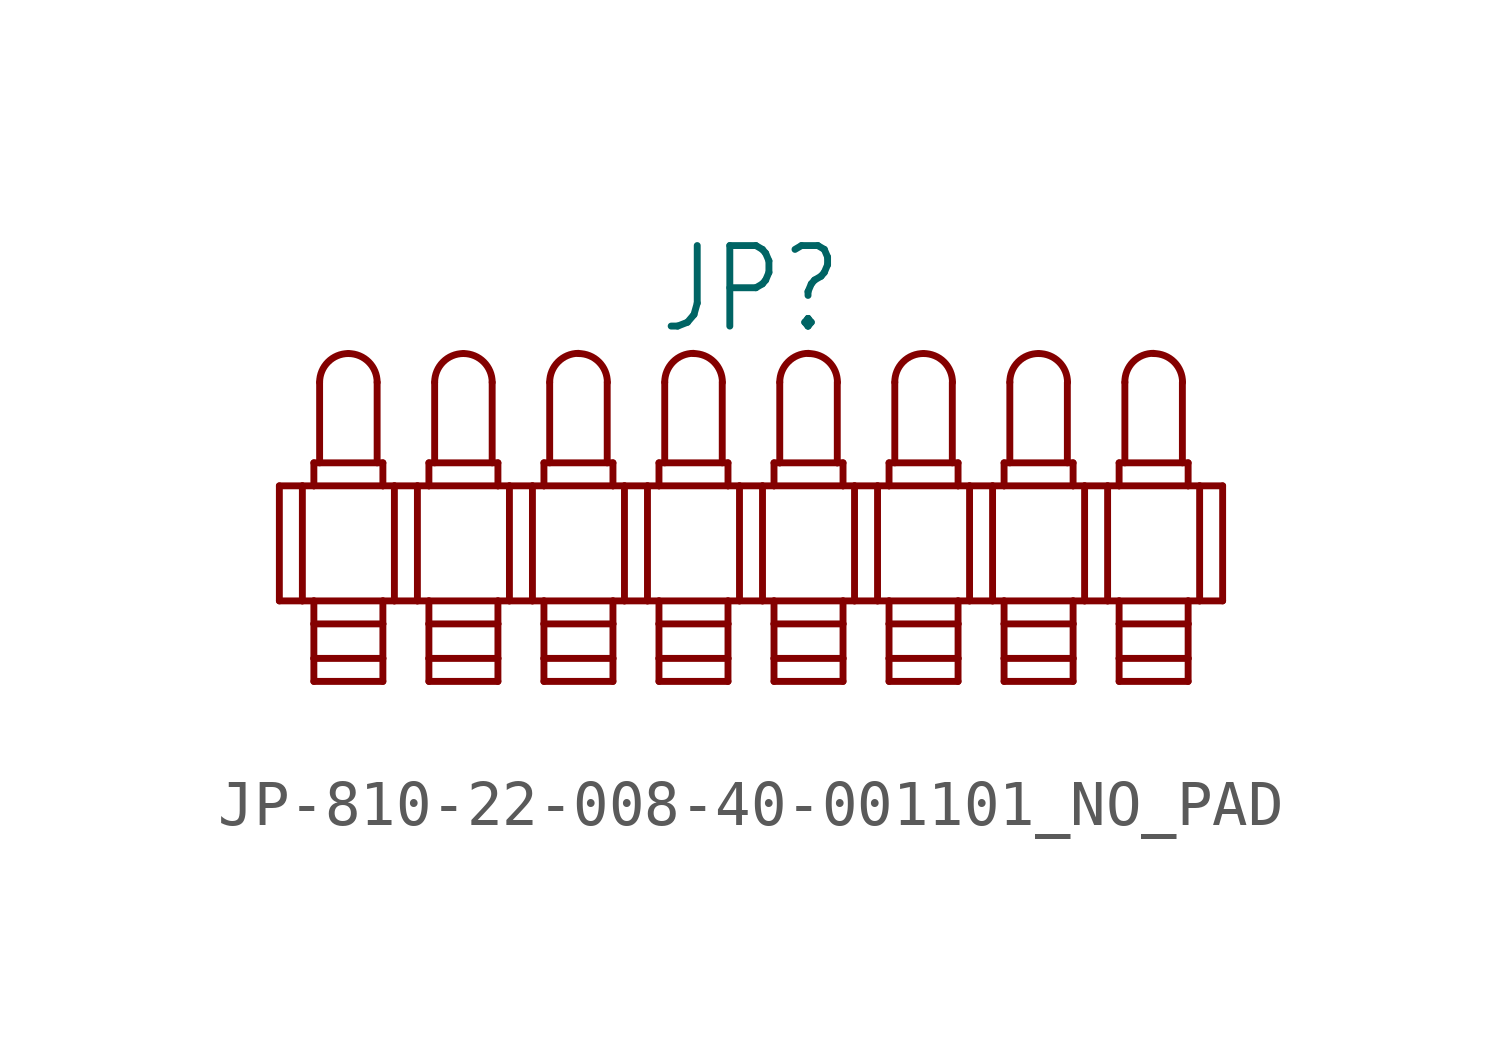
<source format=kicad_sym>
(kicad_symbol_lib
  (version 20231120)
  (generator "kicad_symbol_editor")
  (generator_version "8.0")
  (symbol "JP-810-22-008-40-001101_NO_PAD"
    (property "Reference" "JP"
      (at 0 4.572 0)
      (effects (font (size 1.778 1.511)) (justify bottom)))
    (property "Value" ""
      (at 0 -3.302 0)
      (effects (font (size 1.778 1.511)) (justify top)))
    (property "ki_locked" ""
      (at 0 0 0)
      (effects (font (size 1.27 1.27))))
    (symbol "JP-810-22-008-40-001101_NO_PAD_1_0"
      (arc (start -8.89 4.191) (mid -9.339 4.005) (end -9.525 3.556) (stroke (width 0.1524) (type solid)) (fill (type none)))
      (arc (start -8.255 3.556) (mid -8.441 4.005) (end -8.89 4.191) (stroke (width 0.1524) (type solid)) (fill (type none)))
      (arc (start -6.35 4.191) (mid -6.799 4.005) (end -6.985 3.556) (stroke (width 0.1524) (type solid)) (fill (type none)))
      (arc (start -5.715 3.556) (mid -5.901 4.005) (end -6.35 4.191) (stroke (width 0.1524) (type solid)) (fill (type none)))
      (arc (start -3.81 4.191) (mid -4.259 4.005) (end -4.445 3.556) (stroke (width 0.1524) (type solid)) (fill (type none)))
      (arc (start -3.175 3.556) (mid -3.361 4.005) (end -3.81 4.191) (stroke (width 0.1524) (type solid)) (fill (type none)))
      (arc (start -1.27 4.191) (mid -1.719 4.005) (end -1.905 3.556) (stroke (width 0.1524) (type solid)) (fill (type none)))
      (arc (start -0.635 3.556) (mid -0.821 4.005) (end -1.27 4.191) (stroke (width 0.1524) (type solid)) (fill (type none)))
      (polyline (pts (xy -10.414 -1.27) (xy -10.414 1.27)) (stroke (width 0.152) (type solid)) (fill (type none)))
      (polyline (pts (xy -10.414 -1.27) (xy -9.906 -1.27)) (stroke (width 0.152) (type solid)) (fill (type none)))
      (polyline (pts (xy -10.414 1.27) (xy -9.906 1.27)) (stroke (width 0.152) (type solid)) (fill (type none)))
      (polyline (pts (xy -9.906 -1.27) (xy -9.652 -1.27)) (stroke (width 0.152) (type solid)) (fill (type none)))
      (polyline (pts (xy -9.906 1.27) (xy -9.906 -1.27)) (stroke (width 0.152) (type solid)) (fill (type none)))
      (polyline (pts (xy -9.652 -3.048) (xy -8.128 -3.048)) (stroke (width 0.152) (type solid)) (fill (type none)))
      (polyline (pts (xy -9.652 -2.54) (xy -9.652 -3.048)) (stroke (width 0.152) (type solid)) (fill (type none)))
      (polyline (pts (xy -9.652 -2.54) (xy -8.128 -2.54)) (stroke (width 0.152) (type solid)) (fill (type none)))
      (polyline (pts (xy -9.652 -1.778) (xy -9.652 -2.54)) (stroke (width 0.152) (type solid)) (fill (type none)))
      (polyline (pts (xy -9.652 -1.778) (xy -8.128 -1.778)) (stroke (width 0.152) (type solid)) (fill (type none)))
      (polyline (pts (xy -9.652 -1.27) (xy -9.652 -1.778)) (stroke (width 0.152) (type solid)) (fill (type none)))
      (polyline (pts (xy -9.652 -1.27) (xy -8.128 -1.27)) (stroke (width 0.152) (type solid)) (fill (type none)))
      (polyline (pts (xy -9.652 1.27) (xy -9.906 1.27)) (stroke (width 0.152) (type solid)) (fill (type none)))
      (polyline (pts (xy -9.652 1.27) (xy -9.652 1.778)) (stroke (width 0.152) (type solid)) (fill (type none)))
      (polyline (pts (xy -9.652 1.778) (xy -8.128 1.778)) (stroke (width 0.152) (type solid)) (fill (type none)))
      (polyline (pts (xy -9.525 1.778) (xy -9.525 3.556)) (stroke (width 0.152) (type solid)) (fill (type none)))
      (polyline (pts (xy -8.255 1.778) (xy -8.255 3.556)) (stroke (width 0.152) (type solid)) (fill (type none)))
      (polyline (pts (xy -8.128 -3.048) (xy -8.128 -2.54)) (stroke (width 0.152) (type solid)) (fill (type none)))
      (polyline (pts (xy -8.128 -2.54) (xy -8.128 -1.778)) (stroke (width 0.152) (type solid)) (fill (type none)))
      (polyline (pts (xy -8.128 -1.778) (xy -8.128 -1.27)) (stroke (width 0.152) (type solid)) (fill (type none)))
      (polyline (pts (xy -8.128 -1.27) (xy -7.874 -1.27)) (stroke (width 0.152) (type solid)) (fill (type none)))
      (polyline (pts (xy -8.128 1.27) (xy -9.652 1.27)) (stroke (width 0.152) (type solid)) (fill (type none)))
      (polyline (pts (xy -8.128 1.778) (xy -8.128 1.27)) (stroke (width 0.152) (type solid)) (fill (type none)))
      (polyline (pts (xy -7.874 -1.27) (xy -7.874 1.27)) (stroke (width 0.152) (type solid)) (fill (type none)))
      (polyline (pts (xy -7.874 -1.27) (xy -7.366 -1.27)) (stroke (width 0.152) (type solid)) (fill (type none)))
      (polyline (pts (xy -7.874 1.27) (xy -8.128 1.27)) (stroke (width 0.152) (type solid)) (fill (type none)))
      (polyline (pts (xy -7.874 1.27) (xy -7.366 1.27)) (stroke (width 0.152) (type solid)) (fill (type none)))
      (polyline (pts (xy -7.366 -1.27) (xy -7.112 -1.27)) (stroke (width 0.152) (type solid)) (fill (type none)))
      (polyline (pts (xy -7.366 1.27) (xy -7.366 -1.27)) (stroke (width 0.152) (type solid)) (fill (type none)))
      (polyline (pts (xy -7.112 -3.048) (xy -5.588 -3.048)) (stroke (width 0.152) (type solid)) (fill (type none)))
      (polyline (pts (xy -7.112 -2.54) (xy -7.112 -3.048)) (stroke (width 0.152) (type solid)) (fill (type none)))
      (polyline (pts (xy -7.112 -2.54) (xy -5.588 -2.54)) (stroke (width 0.152) (type solid)) (fill (type none)))
      (polyline (pts (xy -7.112 -1.778) (xy -7.112 -2.54)) (stroke (width 0.152) (type solid)) (fill (type none)))
      (polyline (pts (xy -7.112 -1.778) (xy -5.588 -1.778)) (stroke (width 0.152) (type solid)) (fill (type none)))
      (polyline (pts (xy -7.112 -1.27) (xy -7.112 -1.778)) (stroke (width 0.152) (type solid)) (fill (type none)))
      (polyline (pts (xy -7.112 -1.27) (xy -5.588 -1.27)) (stroke (width 0.152) (type solid)) (fill (type none)))
      (polyline (pts (xy -7.112 1.27) (xy -7.366 1.27)) (stroke (width 0.152) (type solid)) (fill (type none)))
      (polyline (pts (xy -7.112 1.27) (xy -7.112 1.778)) (stroke (width 0.152) (type solid)) (fill (type none)))
      (polyline (pts (xy -7.112 1.778) (xy -5.588 1.778)) (stroke (width 0.152) (type solid)) (fill (type none)))
      (polyline (pts (xy -6.985 1.778) (xy -6.985 3.556)) (stroke (width 0.152) (type solid)) (fill (type none)))
      (polyline (pts (xy -5.715 1.778) (xy -5.715 3.556)) (stroke (width 0.152) (type solid)) (fill (type none)))
      (polyline (pts (xy -5.588 -3.048) (xy -5.588 -2.54)) (stroke (width 0.152) (type solid)) (fill (type none)))
      (polyline (pts (xy -5.588 -2.54) (xy -5.588 -1.778)) (stroke (width 0.152) (type solid)) (fill (type none)))
      (polyline (pts (xy -5.588 -1.778) (xy -5.588 -1.27)) (stroke (width 0.152) (type solid)) (fill (type none)))
      (polyline (pts (xy -5.588 -1.27) (xy -5.334 -1.27)) (stroke (width 0.152) (type solid)) (fill (type none)))
      (polyline (pts (xy -5.588 1.27) (xy -7.112 1.27)) (stroke (width 0.152) (type solid)) (fill (type none)))
      (polyline (pts (xy -5.588 1.778) (xy -5.588 1.27)) (stroke (width 0.152) (type solid)) (fill (type none)))
      (polyline (pts (xy -5.334 -1.27) (xy -5.334 1.27)) (stroke (width 0.152) (type solid)) (fill (type none)))
      (polyline (pts (xy -5.334 -1.27) (xy -4.826 -1.27)) (stroke (width 0.152) (type solid)) (fill (type none)))
      (polyline (pts (xy -5.334 1.27) (xy -5.588 1.27)) (stroke (width 0.152) (type solid)) (fill (type none)))
      (polyline (pts (xy -5.334 1.27) (xy -4.826 1.27)) (stroke (width 0.152) (type solid)) (fill (type none)))
      (polyline (pts (xy -4.826 -1.27) (xy -4.572 -1.27)) (stroke (width 0.152) (type solid)) (fill (type none)))
      (polyline (pts (xy -4.826 1.27) (xy -4.826 -1.27)) (stroke (width 0.152) (type solid)) (fill (type none)))
      (polyline (pts (xy -4.572 -3.048) (xy -3.048 -3.048)) (stroke (width 0.152) (type solid)) (fill (type none)))
      (polyline (pts (xy -4.572 -2.54) (xy -4.572 -3.048)) (stroke (width 0.152) (type solid)) (fill (type none)))
      (polyline (pts (xy -4.572 -2.54) (xy -3.048 -2.54)) (stroke (width 0.152) (type solid)) (fill (type none)))
      (polyline (pts (xy -4.572 -1.778) (xy -4.572 -2.54)) (stroke (width 0.152) (type solid)) (fill (type none)))
      (polyline (pts (xy -4.572 -1.778) (xy -3.048 -1.778)) (stroke (width 0.152) (type solid)) (fill (type none)))
      (polyline (pts (xy -4.572 -1.27) (xy -4.572 -1.778)) (stroke (width 0.152) (type solid)) (fill (type none)))
      (polyline (pts (xy -4.572 -1.27) (xy -3.048 -1.27)) (stroke (width 0.152) (type solid)) (fill (type none)))
      (polyline (pts (xy -4.572 1.27) (xy -4.826 1.27)) (stroke (width 0.152) (type solid)) (fill (type none)))
      (polyline (pts (xy -4.572 1.27) (xy -4.572 1.778)) (stroke (width 0.152) (type solid)) (fill (type none)))
      (polyline (pts (xy -4.572 1.778) (xy -3.048 1.778)) (stroke (width 0.152) (type solid)) (fill (type none)))
      (polyline (pts (xy -4.445 1.778) (xy -4.445 3.556)) (stroke (width 0.152) (type solid)) (fill (type none)))
      (polyline (pts (xy -3.175 1.778) (xy -3.175 3.556)) (stroke (width 0.152) (type solid)) (fill (type none)))
      (polyline (pts (xy -3.048 -3.048) (xy -3.048 -2.54)) (stroke (width 0.152) (type solid)) (fill (type none)))
      (polyline (pts (xy -3.048 -2.54) (xy -3.048 -1.778)) (stroke (width 0.152) (type solid)) (fill (type none)))
      (polyline (pts (xy -3.048 -1.778) (xy -3.048 -1.27)) (stroke (width 0.152) (type solid)) (fill (type none)))
      (polyline (pts (xy -3.048 -1.27) (xy -2.794 -1.27)) (stroke (width 0.152) (type solid)) (fill (type none)))
      (polyline (pts (xy -3.048 1.27) (xy -4.572 1.27)) (stroke (width 0.152) (type solid)) (fill (type none)))
      (polyline (pts (xy -3.048 1.778) (xy -3.048 1.27)) (stroke (width 0.152) (type solid)) (fill (type none)))
      (polyline (pts (xy -2.794 -1.27) (xy -2.794 1.27)) (stroke (width 0.152) (type solid)) (fill (type none)))
      (polyline (pts (xy -2.794 -1.27) (xy -2.286 -1.27)) (stroke (width 0.152) (type solid)) (fill (type none)))
      (polyline (pts (xy -2.794 1.27) (xy -3.048 1.27)) (stroke (width 0.152) (type solid)) (fill (type none)))
      (polyline (pts (xy -2.794 1.27) (xy -2.286 1.27)) (stroke (width 0.152) (type solid)) (fill (type none)))
      (polyline (pts (xy -2.286 -1.27) (xy -2.032 -1.27)) (stroke (width 0.152) (type solid)) (fill (type none)))
      (polyline (pts (xy -2.286 1.27) (xy -2.286 -1.27)) (stroke (width 0.152) (type solid)) (fill (type none)))
      (polyline (pts (xy -2.032 -3.048) (xy -0.508 -3.048)) (stroke (width 0.152) (type solid)) (fill (type none)))
      (polyline (pts (xy -2.032 -2.54) (xy -2.032 -3.048)) (stroke (width 0.152) (type solid)) (fill (type none)))
      (polyline (pts (xy -2.032 -2.54) (xy -0.508 -2.54)) (stroke (width 0.152) (type solid)) (fill (type none)))
      (polyline (pts (xy -2.032 -1.778) (xy -2.032 -2.54)) (stroke (width 0.152) (type solid)) (fill (type none)))
      (polyline (pts (xy -2.032 -1.778) (xy -0.508 -1.778)) (stroke (width 0.152) (type solid)) (fill (type none)))
      (polyline (pts (xy -2.032 -1.27) (xy -2.032 -1.778)) (stroke (width 0.152) (type solid)) (fill (type none)))
      (polyline (pts (xy -2.032 -1.27) (xy -0.508 -1.27)) (stroke (width 0.152) (type solid)) (fill (type none)))
      (polyline (pts (xy -2.032 1.27) (xy -2.286 1.27)) (stroke (width 0.152) (type solid)) (fill (type none)))
      (polyline (pts (xy -2.032 1.27) (xy -2.032 1.778)) (stroke (width 0.152) (type solid)) (fill (type none)))
      (polyline (pts (xy -2.032 1.778) (xy -0.508 1.778)) (stroke (width 0.152) (type solid)) (fill (type none)))
      (polyline (pts (xy -1.905 1.778) (xy -1.905 3.556)) (stroke (width 0.152) (type solid)) (fill (type none)))
      (polyline (pts (xy -0.635 1.778) (xy -0.635 3.556)) (stroke (width 0.152) (type solid)) (fill (type none)))
      (polyline (pts (xy -0.508 -3.048) (xy -0.508 -2.54)) (stroke (width 0.152) (type solid)) (fill (type none)))
      (polyline (pts (xy -0.508 -2.54) (xy -0.508 -1.778)) (stroke (width 0.152) (type solid)) (fill (type none)))
      (polyline (pts (xy -0.508 -1.778) (xy -0.508 -1.27)) (stroke (width 0.152) (type solid)) (fill (type none)))
      (polyline (pts (xy -0.508 -1.27) (xy -0.254 -1.27)) (stroke (width 0.152) (type solid)) (fill (type none)))
      (polyline (pts (xy -0.508 1.27) (xy -2.032 1.27)) (stroke (width 0.152) (type solid)) (fill (type none)))
      (polyline (pts (xy -0.508 1.778) (xy -0.508 1.27)) (stroke (width 0.152) (type solid)) (fill (type none)))
      (polyline (pts (xy -0.254 -1.27) (xy -0.254 1.27)) (stroke (width 0.152) (type solid)) (fill (type none)))
      (polyline (pts (xy -0.254 -1.27) (xy 0.254 -1.27)) (stroke (width 0.152) (type solid)) (fill (type none)))
      (polyline (pts (xy -0.254 1.27) (xy -0.508 1.27)) (stroke (width 0.152) (type solid)) (fill (type none)))
      (polyline (pts (xy -0.254 1.27) (xy 0.254 1.27)) (stroke (width 0.152) (type solid)) (fill (type none)))
      (polyline (pts (xy 0.254 -1.27) (xy 0.508 -1.27)) (stroke (width 0.152) (type solid)) (fill (type none)))
      (polyline (pts (xy 0.254 1.27) (xy 0.254 -1.27)) (stroke (width 0.152) (type solid)) (fill (type none)))
      (polyline (pts (xy 0.508 -3.048) (xy 2.032 -3.048)) (stroke (width 0.152) (type solid)) (fill (type none)))
      (polyline (pts (xy 0.508 -2.54) (xy 0.508 -3.048)) (stroke (width 0.152) (type solid)) (fill (type none)))
      (polyline (pts (xy 0.508 -2.54) (xy 2.032 -2.54)) (stroke (width 0.152) (type solid)) (fill (type none)))
      (polyline (pts (xy 0.508 -1.778) (xy 0.508 -2.54)) (stroke (width 0.152) (type solid)) (fill (type none)))
      (polyline (pts (xy 0.508 -1.778) (xy 2.032 -1.778)) (stroke (width 0.152) (type solid)) (fill (type none)))
      (polyline (pts (xy 0.508 -1.27) (xy 0.508 -1.778)) (stroke (width 0.152) (type solid)) (fill (type none)))
      (polyline (pts (xy 0.508 -1.27) (xy 2.032 -1.27)) (stroke (width 0.152) (type solid)) (fill (type none)))
      (polyline (pts (xy 0.508 1.27) (xy 0.254 1.27)) (stroke (width 0.152) (type solid)) (fill (type none)))
      (polyline (pts (xy 0.508 1.27) (xy 0.508 1.778)) (stroke (width 0.152) (type solid)) (fill (type none)))
      (polyline (pts (xy 0.508 1.778) (xy 0.635 1.778)) (stroke (width 0.152) (type solid)) (fill (type none)))
      (polyline (pts (xy 0.635 1.778) (xy 0.635 3.556)) (stroke (width 0.152) (type solid)) (fill (type none)))
      (polyline (pts (xy 0.635 1.778) (xy 1.905 1.778)) (stroke (width 0.152) (type solid)) (fill (type none)))
      (polyline (pts (xy 1.905 1.778) (xy 1.905 3.556)) (stroke (width 0.152) (type solid)) (fill (type none)))
      (polyline (pts (xy 1.905 1.778) (xy 2.032 1.778)) (stroke (width 0.152) (type solid)) (fill (type none)))
      (polyline (pts (xy 2.032 -3.048) (xy 2.032 -2.54)) (stroke (width 0.152) (type solid)) (fill (type none)))
      (polyline (pts (xy 2.032 -2.54) (xy 2.032 -1.778)) (stroke (width 0.152) (type solid)) (fill (type none)))
      (polyline (pts (xy 2.032 -1.778) (xy 2.032 -1.27)) (stroke (width 0.152) (type solid)) (fill (type none)))
      (polyline (pts (xy 2.032 -1.27) (xy 2.286 -1.27)) (stroke (width 0.152) (type solid)) (fill (type none)))
      (polyline (pts (xy 2.032 1.27) (xy 0.508 1.27)) (stroke (width 0.152) (type solid)) (fill (type none)))
      (polyline (pts (xy 2.032 1.778) (xy 2.032 1.27)) (stroke (width 0.152) (type solid)) (fill (type none)))
      (polyline (pts (xy 2.286 -1.27) (xy 2.286 1.27)) (stroke (width 0.152) (type solid)) (fill (type none)))
      (polyline (pts (xy 2.286 -1.27) (xy 2.794 -1.27)) (stroke (width 0.152) (type solid)) (fill (type none)))
      (polyline (pts (xy 2.286 1.27) (xy 2.032 1.27)) (stroke (width 0.152) (type solid)) (fill (type none)))
      (polyline (pts (xy 2.286 1.27) (xy 2.794 1.27)) (stroke (width 0.152) (type solid)) (fill (type none)))
      (polyline (pts (xy 2.794 -1.27) (xy 3.048 -1.27)) (stroke (width 0.152) (type solid)) (fill (type none)))
      (polyline (pts (xy 2.794 1.27) (xy 2.794 -1.27)) (stroke (width 0.152) (type solid)) (fill (type none)))
      (polyline (pts (xy 3.048 -3.048) (xy 4.572 -3.048)) (stroke (width 0.152) (type solid)) (fill (type none)))
      (polyline (pts (xy 3.048 -2.54) (xy 3.048 -3.048)) (stroke (width 0.152) (type solid)) (fill (type none)))
      (polyline (pts (xy 3.048 -2.54) (xy 4.572 -2.54)) (stroke (width 0.152) (type solid)) (fill (type none)))
      (polyline (pts (xy 3.048 -1.778) (xy 3.048 -2.54)) (stroke (width 0.152) (type solid)) (fill (type none)))
      (polyline (pts (xy 3.048 -1.778) (xy 4.572 -1.778)) (stroke (width 0.152) (type solid)) (fill (type none)))
      (polyline (pts (xy 3.048 -1.27) (xy 3.048 -1.778)) (stroke (width 0.152) (type solid)) (fill (type none)))
      (polyline (pts (xy 3.048 -1.27) (xy 4.572 -1.27)) (stroke (width 0.152) (type solid)) (fill (type none)))
      (polyline (pts (xy 3.048 1.27) (xy 2.794 1.27)) (stroke (width 0.152) (type solid)) (fill (type none)))
      (polyline (pts (xy 3.048 1.27) (xy 3.048 1.778)) (stroke (width 0.152) (type solid)) (fill (type none)))
      (polyline (pts (xy 3.048 1.778) (xy 4.572 1.778)) (stroke (width 0.152) (type solid)) (fill (type none)))
      (polyline (pts (xy 3.175 1.778) (xy 3.175 3.556)) (stroke (width 0.152) (type solid)) (fill (type none)))
      (polyline (pts (xy 4.445 1.778) (xy 4.445 3.556)) (stroke (width 0.152) (type solid)) (fill (type none)))
      (polyline (pts (xy 4.572 -3.048) (xy 4.572 -2.54)) (stroke (width 0.152) (type solid)) (fill (type none)))
      (polyline (pts (xy 4.572 -2.54) (xy 4.572 -1.778)) (stroke (width 0.152) (type solid)) (fill (type none)))
      (polyline (pts (xy 4.572 -1.778) (xy 4.572 -1.27)) (stroke (width 0.152) (type solid)) (fill (type none)))
      (polyline (pts (xy 4.572 -1.27) (xy 4.826 -1.27)) (stroke (width 0.152) (type solid)) (fill (type none)))
      (polyline (pts (xy 4.572 1.27) (xy 3.048 1.27)) (stroke (width 0.152) (type solid)) (fill (type none)))
      (polyline (pts (xy 4.572 1.778) (xy 4.572 1.27)) (stroke (width 0.152) (type solid)) (fill (type none)))
      (polyline (pts (xy 4.826 -1.27) (xy 4.826 1.27)) (stroke (width 0.152) (type solid)) (fill (type none)))
      (polyline (pts (xy 4.826 -1.27) (xy 5.334 -1.27)) (stroke (width 0.152) (type solid)) (fill (type none)))
      (polyline (pts (xy 4.826 1.27) (xy 4.572 1.27)) (stroke (width 0.152) (type solid)) (fill (type none)))
      (polyline (pts (xy 4.826 1.27) (xy 5.334 1.27)) (stroke (width 0.152) (type solid)) (fill (type none)))
      (polyline (pts (xy 5.334 -1.27) (xy 5.588 -1.27)) (stroke (width 0.152) (type solid)) (fill (type none)))
      (polyline (pts (xy 5.334 1.27) (xy 5.334 -1.27)) (stroke (width 0.152) (type solid)) (fill (type none)))
      (polyline (pts (xy 5.588 -3.048) (xy 7.112 -3.048)) (stroke (width 0.152) (type solid)) (fill (type none)))
      (polyline (pts (xy 5.588 -2.54) (xy 5.588 -3.048)) (stroke (width 0.152) (type solid)) (fill (type none)))
      (polyline (pts (xy 5.588 -2.54) (xy 7.112 -2.54)) (stroke (width 0.152) (type solid)) (fill (type none)))
      (polyline (pts (xy 5.588 -1.778) (xy 5.588 -2.54)) (stroke (width 0.152) (type solid)) (fill (type none)))
      (polyline (pts (xy 5.588 -1.778) (xy 7.112 -1.778)) (stroke (width 0.152) (type solid)) (fill (type none)))
      (polyline (pts (xy 5.588 -1.27) (xy 5.588 -1.778)) (stroke (width 0.152) (type solid)) (fill (type none)))
      (polyline (pts (xy 5.588 -1.27) (xy 7.112 -1.27)) (stroke (width 0.152) (type solid)) (fill (type none)))
      (polyline (pts (xy 5.588 1.27) (xy 5.334 1.27)) (stroke (width 0.152) (type solid)) (fill (type none)))
      (polyline (pts (xy 5.588 1.27) (xy 5.588 1.778)) (stroke (width 0.152) (type solid)) (fill (type none)))
      (polyline (pts (xy 5.588 1.778) (xy 7.112 1.778)) (stroke (width 0.152) (type solid)) (fill (type none)))
      (polyline (pts (xy 5.715 1.778) (xy 5.715 3.556)) (stroke (width 0.152) (type solid)) (fill (type none)))
      (polyline (pts (xy 6.985 1.778) (xy 6.985 3.556)) (stroke (width 0.152) (type solid)) (fill (type none)))
      (polyline (pts (xy 7.112 -3.048) (xy 7.112 -2.54)) (stroke (width 0.152) (type solid)) (fill (type none)))
      (polyline (pts (xy 7.112 -2.54) (xy 7.112 -1.778)) (stroke (width 0.152) (type solid)) (fill (type none)))
      (polyline (pts (xy 7.112 -1.778) (xy 7.112 -1.27)) (stroke (width 0.152) (type solid)) (fill (type none)))
      (polyline (pts (xy 7.112 -1.27) (xy 7.366 -1.27)) (stroke (width 0.152) (type solid)) (fill (type none)))
      (polyline (pts (xy 7.112 1.27) (xy 5.588 1.27)) (stroke (width 0.152) (type solid)) (fill (type none)))
      (polyline (pts (xy 7.112 1.778) (xy 7.112 1.27)) (stroke (width 0.152) (type solid)) (fill (type none)))
      (polyline (pts (xy 7.366 -1.27) (xy 7.366 1.27)) (stroke (width 0.152) (type solid)) (fill (type none)))
      (polyline (pts (xy 7.366 -1.27) (xy 7.874 -1.27)) (stroke (width 0.152) (type solid)) (fill (type none)))
      (polyline (pts (xy 7.366 1.27) (xy 7.112 1.27)) (stroke (width 0.152) (type solid)) (fill (type none)))
      (polyline (pts (xy 7.366 1.27) (xy 7.874 1.27)) (stroke (width 0.152) (type solid)) (fill (type none)))
      (polyline (pts (xy 7.874 -1.27) (xy 8.128 -1.27)) (stroke (width 0.152) (type solid)) (fill (type none)))
      (polyline (pts (xy 7.874 1.27) (xy 7.874 -1.27)) (stroke (width 0.152) (type solid)) (fill (type none)))
      (polyline (pts (xy 8.128 -3.048) (xy 9.652 -3.048)) (stroke (width 0.152) (type solid)) (fill (type none)))
      (polyline (pts (xy 8.128 -2.54) (xy 8.128 -3.048)) (stroke (width 0.152) (type solid)) (fill (type none)))
      (polyline (pts (xy 8.128 -2.54) (xy 9.652 -2.54)) (stroke (width 0.152) (type solid)) (fill (type none)))
      (polyline (pts (xy 8.128 -1.778) (xy 8.128 -2.54)) (stroke (width 0.152) (type solid)) (fill (type none)))
      (polyline (pts (xy 8.128 -1.778) (xy 9.652 -1.778)) (stroke (width 0.152) (type solid)) (fill (type none)))
      (polyline (pts (xy 8.128 -1.27) (xy 8.128 -1.778)) (stroke (width 0.152) (type solid)) (fill (type none)))
      (polyline (pts (xy 8.128 -1.27) (xy 9.652 -1.27)) (stroke (width 0.152) (type solid)) (fill (type none)))
      (polyline (pts (xy 8.128 1.27) (xy 7.874 1.27)) (stroke (width 0.152) (type solid)) (fill (type none)))
      (polyline (pts (xy 8.128 1.27) (xy 8.128 1.778)) (stroke (width 0.152) (type solid)) (fill (type none)))
      (polyline (pts (xy 8.128 1.778) (xy 9.652 1.778)) (stroke (width 0.152) (type solid)) (fill (type none)))
      (polyline (pts (xy 8.255 1.778) (xy 8.255 3.556)) (stroke (width 0.152) (type solid)) (fill (type none)))
      (polyline (pts (xy 9.525 1.778) (xy 9.525 3.556)) (stroke (width 0.152) (type solid)) (fill (type none)))
      (polyline (pts (xy 9.652 -3.048) (xy 9.652 -2.54)) (stroke (width 0.152) (type solid)) (fill (type none)))
      (polyline (pts (xy 9.652 -2.54) (xy 9.652 -1.778)) (stroke (width 0.152) (type solid)) (fill (type none)))
      (polyline (pts (xy 9.652 -1.778) (xy 9.652 -1.27)) (stroke (width 0.152) (type solid)) (fill (type none)))
      (polyline (pts (xy 9.652 -1.27) (xy 9.906 -1.27)) (stroke (width 0.152) (type solid)) (fill (type none)))
      (polyline (pts (xy 9.652 1.27) (xy 8.128 1.27)) (stroke (width 0.152) (type solid)) (fill (type none)))
      (polyline (pts (xy 9.652 1.778) (xy 9.652 1.27)) (stroke (width 0.152) (type solid)) (fill (type none)))
      (polyline (pts (xy 9.906 -1.27) (xy 9.906 1.27)) (stroke (width 0.152) (type solid)) (fill (type none)))
      (polyline (pts (xy 9.906 -1.27) (xy 10.414 -1.27)) (stroke (width 0.152) (type solid)) (fill (type none)))
      (polyline (pts (xy 9.906 1.27) (xy 9.652 1.27)) (stroke (width 0.152) (type solid)) (fill (type none)))
      (polyline (pts (xy 9.906 1.27) (xy 10.414 1.27)) (stroke (width 0.152) (type solid)) (fill (type none)))
      (polyline (pts (xy 10.414 1.27) (xy 10.414 -1.27)) (stroke (width 0.152) (type solid)) (fill (type none)))
      (arc (start 1.27 4.191) (mid 0.821 4.005) (end 0.635 3.556) (stroke (width 0.1524) (type solid)) (fill (type none)))
      (arc (start 1.905 3.556) (mid 1.719 4.005) (end 1.27 4.191) (stroke (width 0.1524) (type solid)) (fill (type none)))
      (arc (start 3.81 4.191) (mid 3.361 4.005) (end 3.175 3.556) (stroke (width 0.1524) (type solid)) (fill (type none)))
      (arc (start 4.445 3.556) (mid 4.259 4.005) (end 3.81 4.191) (stroke (width 0.1524) (type solid)) (fill (type none)))
      (arc (start 6.35 4.191) (mid 5.901 4.005) (end 5.715 3.556) (stroke (width 0.1524) (type solid)) (fill (type none)))
      (arc (start 6.985 3.556) (mid 6.799 4.005) (end 6.35 4.191) (stroke (width 0.1524) (type solid)) (fill (type none)))
      (arc (start 8.89 4.191) (mid 8.441 4.005) (end 8.255 3.556) (stroke (width 0.1524) (type solid)) (fill (type none)))
      (arc (start 9.525 3.556) (mid 9.339 4.005) (end 8.89 4.191) (stroke (width 0.1524) (type solid)) (fill (type none))))))
</source>
